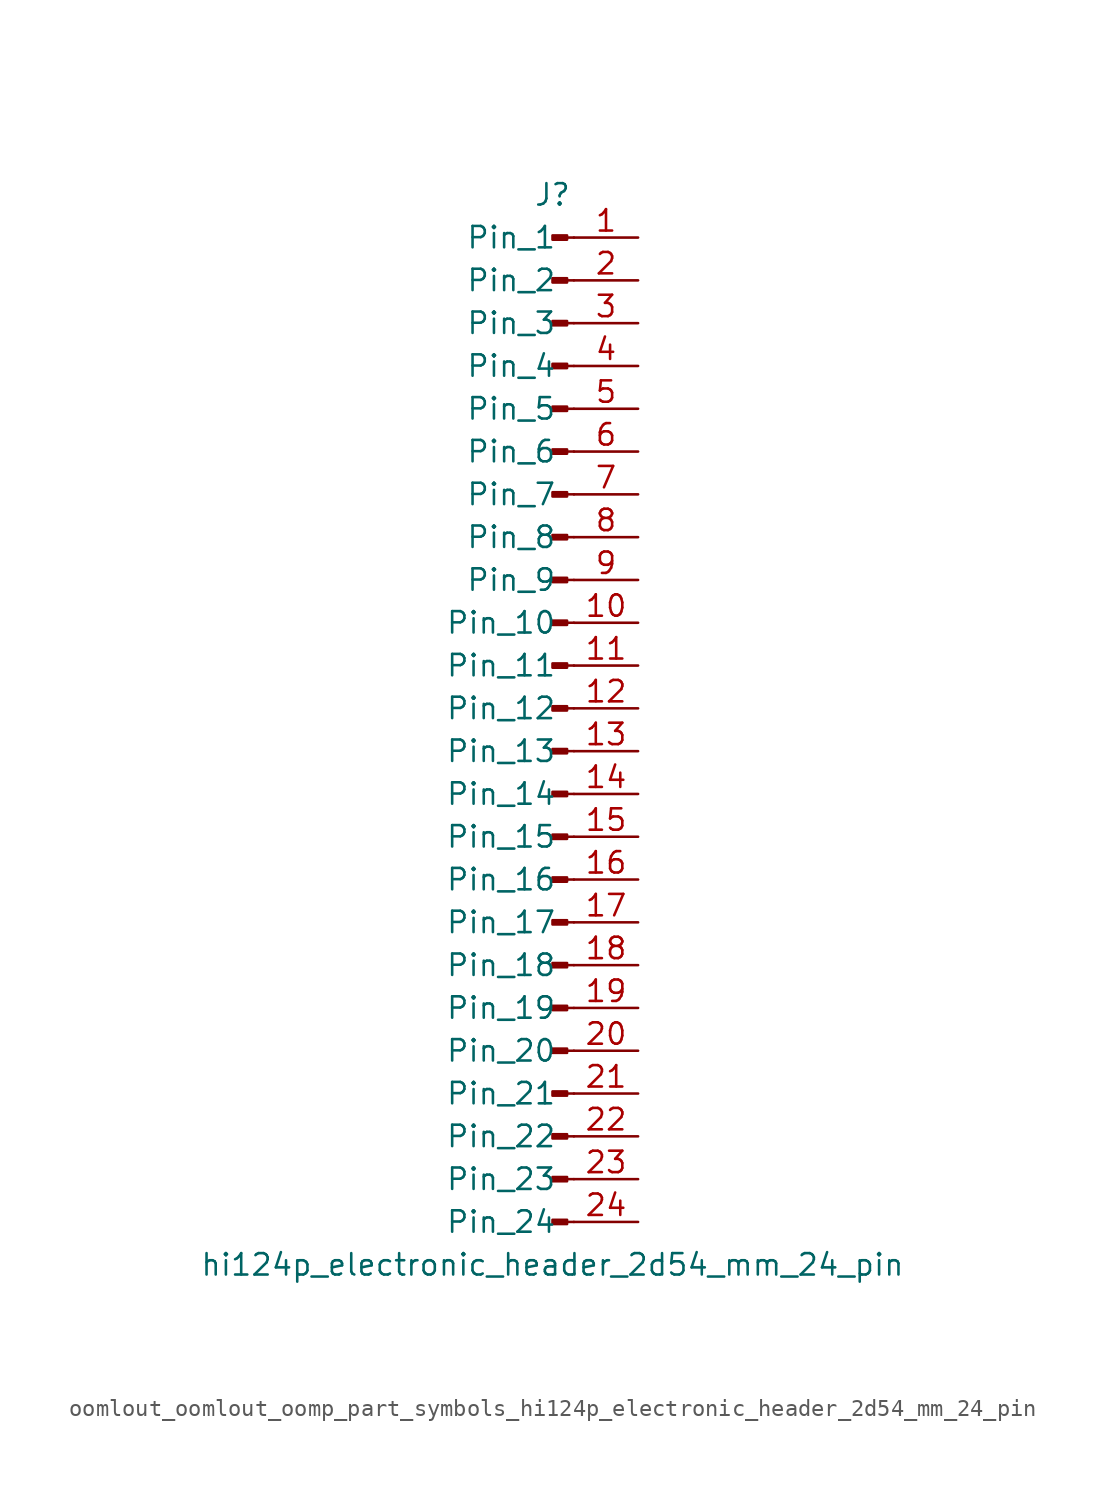
<source format=kicad_sym>
(kicad_symbol_lib
  (version 20220914)
  (generator kicad_symbol_editor)
  (symbol "oomlout_oomlout_oomp_part_symbols_hi124p_electronic_header_2d54_mm_24_pin"
    (pin_names
      (offset 1.016))
    (property "Reference" "J"
      (at 0 30.48 0)
      (effects (font (size 1.27 1.27))))
    (property "Value" "hi124p_electronic_header_2d54_mm_24_pin"
      (at 0 -33.02 0)
      (effects (font (size 1.27 1.27))))
    (property "ki_locked" ""
      (at 0 0 0)
      (effects (font (size 1.27 1.27))))
    (symbol "oomlout_oomlout_oomp_part_symbols_hi124p_electronic_header_2d54_mm_24_pin_1_1"
      (polyline (pts (xy 1.27 -30.48) (xy 0.864 -30.48)) (stroke (width 0.152) (type default)) (fill (type none)))
      (polyline (pts (xy 1.27 -27.94) (xy 0.864 -27.94)) (stroke (width 0.152) (type default)) (fill (type none)))
      (polyline (pts (xy 1.27 -25.4) (xy 0.864 -25.4)) (stroke (width 0.152) (type default)) (fill (type none)))
      (polyline (pts (xy 1.27 -22.86) (xy 0.864 -22.86)) (stroke (width 0.152) (type default)) (fill (type none)))
      (polyline (pts (xy 1.27 -20.32) (xy 0.864 -20.32)) (stroke (width 0.152) (type default)) (fill (type none)))
      (polyline (pts (xy 1.27 -17.78) (xy 0.864 -17.78)) (stroke (width 0.152) (type default)) (fill (type none)))
      (polyline (pts (xy 1.27 -15.24) (xy 0.864 -15.24)) (stroke (width 0.152) (type default)) (fill (type none)))
      (polyline (pts (xy 1.27 -12.7) (xy 0.864 -12.7)) (stroke (width 0.152) (type default)) (fill (type none)))
      (polyline (pts (xy 1.27 -10.16) (xy 0.864 -10.16)) (stroke (width 0.152) (type default)) (fill (type none)))
      (polyline (pts (xy 1.27 -7.62) (xy 0.864 -7.62)) (stroke (width 0.152) (type default)) (fill (type none)))
      (polyline (pts (xy 1.27 -5.08) (xy 0.864 -5.08)) (stroke (width 0.152) (type default)) (fill (type none)))
      (polyline (pts (xy 1.27 -2.54) (xy 0.864 -2.54)) (stroke (width 0.152) (type default)) (fill (type none)))
      (polyline (pts (xy 1.27 0) (xy 0.864 0)) (stroke (width 0.152) (type default)) (fill (type none)))
      (polyline (pts (xy 1.27 2.54) (xy 0.864 2.54)) (stroke (width 0.152) (type default)) (fill (type none)))
      (polyline (pts (xy 1.27 5.08) (xy 0.864 5.08)) (stroke (width 0.152) (type default)) (fill (type none)))
      (polyline (pts (xy 1.27 7.62) (xy 0.864 7.62)) (stroke (width 0.152) (type default)) (fill (type none)))
      (polyline (pts (xy 1.27 10.16) (xy 0.864 10.16)) (stroke (width 0.152) (type default)) (fill (type none)))
      (polyline (pts (xy 1.27 12.7) (xy 0.864 12.7)) (stroke (width 0.152) (type default)) (fill (type none)))
      (polyline (pts (xy 1.27 15.24) (xy 0.864 15.24)) (stroke (width 0.152) (type default)) (fill (type none)))
      (polyline (pts (xy 1.27 17.78) (xy 0.864 17.78)) (stroke (width 0.152) (type default)) (fill (type none)))
      (polyline (pts (xy 1.27 20.32) (xy 0.864 20.32)) (stroke (width 0.152) (type default)) (fill (type none)))
      (polyline (pts (xy 1.27 22.86) (xy 0.864 22.86)) (stroke (width 0.152) (type default)) (fill (type none)))
      (polyline (pts (xy 1.27 25.4) (xy 0.864 25.4)) (stroke (width 0.152) (type default)) (fill (type none)))
      (polyline (pts (xy 1.27 27.94) (xy 0.864 27.94)) (stroke (width 0.152) (type default)) (fill (type none)))
      (rectangle (start 0.864 -30.353) (end 0 -30.607) (stroke (width 0.152) (type default)) (fill (type outline)))
      (rectangle (start 0.864 -27.813) (end 0 -28.067) (stroke (width 0.152) (type default)) (fill (type outline)))
      (rectangle (start 0.864 -25.273) (end 0 -25.527) (stroke (width 0.152) (type default)) (fill (type outline)))
      (rectangle (start 0.864 -22.733) (end 0 -22.987) (stroke (width 0.152) (type default)) (fill (type outline)))
      (rectangle (start 0.864 -20.193) (end 0 -20.447) (stroke (width 0.152) (type default)) (fill (type outline)))
      (rectangle (start 0.864 -17.653) (end 0 -17.907) (stroke (width 0.152) (type default)) (fill (type outline)))
      (rectangle (start 0.864 -15.113) (end 0 -15.367) (stroke (width 0.152) (type default)) (fill (type outline)))
      (rectangle (start 0.864 -12.573) (end 0 -12.827) (stroke (width 0.152) (type default)) (fill (type outline)))
      (rectangle (start 0.864 -10.033) (end 0 -10.287) (stroke (width 0.152) (type default)) (fill (type outline)))
      (rectangle (start 0.864 -7.493) (end 0 -7.747) (stroke (width 0.152) (type default)) (fill (type outline)))
      (rectangle (start 0.864 -4.953) (end 0 -5.207) (stroke (width 0.152) (type default)) (fill (type outline)))
      (rectangle (start 0.864 -2.413) (end 0 -2.667) (stroke (width 0.152) (type default)) (fill (type outline)))
      (rectangle (start 0.864 0.127) (end 0 -0.127) (stroke (width 0.152) (type default)) (fill (type outline)))
      (rectangle (start 0.864 2.667) (end 0 2.413) (stroke (width 0.152) (type default)) (fill (type outline)))
      (rectangle (start 0.864 5.207) (end 0 4.953) (stroke (width 0.152) (type default)) (fill (type outline)))
      (rectangle (start 0.864 7.747) (end 0 7.493) (stroke (width 0.152) (type default)) (fill (type outline)))
      (rectangle (start 0.864 10.287) (end 0 10.033) (stroke (width 0.152) (type default)) (fill (type outline)))
      (rectangle (start 0.864 12.827) (end 0 12.573) (stroke (width 0.152) (type default)) (fill (type outline)))
      (rectangle (start 0.864 15.367) (end 0 15.113) (stroke (width 0.152) (type default)) (fill (type outline)))
      (rectangle (start 0.864 17.907) (end 0 17.653) (stroke (width 0.152) (type default)) (fill (type outline)))
      (rectangle (start 0.864 20.447) (end 0 20.193) (stroke (width 0.152) (type default)) (fill (type outline)))
      (rectangle (start 0.864 22.987) (end 0 22.733) (stroke (width 0.152) (type default)) (fill (type outline)))
      (rectangle (start 0.864 25.527) (end 0 25.273) (stroke (width 0.152) (type default)) (fill (type outline)))
      (rectangle (start 0.864 28.067) (end 0 27.813) (stroke (width 0.152) (type default)) (fill (type outline)))
      (pin passive line (at 5.08 27.94 180) (length 3.81) (name "Pin_1" (effects (font (size 1.27 1.27)))) (number "1" (effects (font (size 1.27 1.27)))))
      (pin passive line (at 5.08 5.08 180) (length 3.81) (name "Pin_10" (effects (font (size 1.27 1.27)))) (number "10" (effects (font (size 1.27 1.27)))))
      (pin passive line (at 5.08 2.54 180) (length 3.81) (name "Pin_11" (effects (font (size 1.27 1.27)))) (number "11" (effects (font (size 1.27 1.27)))))
      (pin passive line (at 5.08 0 180) (length 3.81) (name "Pin_12" (effects (font (size 1.27 1.27)))) (number "12" (effects (font (size 1.27 1.27)))))
      (pin passive line (at 5.08 -2.54 180) (length 3.81) (name "Pin_13" (effects (font (size 1.27 1.27)))) (number "13" (effects (font (size 1.27 1.27)))))
      (pin passive line (at 5.08 -5.08 180) (length 3.81) (name "Pin_14" (effects (font (size 1.27 1.27)))) (number "14" (effects (font (size 1.27 1.27)))))
      (pin passive line (at 5.08 -7.62 180) (length 3.81) (name "Pin_15" (effects (font (size 1.27 1.27)))) (number "15" (effects (font (size 1.27 1.27)))))
      (pin passive line (at 5.08 -10.16 180) (length 3.81) (name "Pin_16" (effects (font (size 1.27 1.27)))) (number "16" (effects (font (size 1.27 1.27)))))
      (pin passive line (at 5.08 -12.7 180) (length 3.81) (name "Pin_17" (effects (font (size 1.27 1.27)))) (number "17" (effects (font (size 1.27 1.27)))))
      (pin passive line (at 5.08 -15.24 180) (length 3.81) (name "Pin_18" (effects (font (size 1.27 1.27)))) (number "18" (effects (font (size 1.27 1.27)))))
      (pin passive line (at 5.08 -17.78 180) (length 3.81) (name "Pin_19" (effects (font (size 1.27 1.27)))) (number "19" (effects (font (size 1.27 1.27)))))
      (pin passive line (at 5.08 25.4 180) (length 3.81) (name "Pin_2" (effects (font (size 1.27 1.27)))) (number "2" (effects (font (size 1.27 1.27)))))
      (pin passive line (at 5.08 -20.32 180) (length 3.81) (name "Pin_20" (effects (font (size 1.27 1.27)))) (number "20" (effects (font (size 1.27 1.27)))))
      (pin passive line (at 5.08 -22.86 180) (length 3.81) (name "Pin_21" (effects (font (size 1.27 1.27)))) (number "21" (effects (font (size 1.27 1.27)))))
      (pin passive line (at 5.08 -25.4 180) (length 3.81) (name "Pin_22" (effects (font (size 1.27 1.27)))) (number "22" (effects (font (size 1.27 1.27)))))
      (pin passive line (at 5.08 -27.94 180) (length 3.81) (name "Pin_23" (effects (font (size 1.27 1.27)))) (number "23" (effects (font (size 1.27 1.27)))))
      (pin passive line (at 5.08 -30.48 180) (length 3.81) (name "Pin_24" (effects (font (size 1.27 1.27)))) (number "24" (effects (font (size 1.27 1.27)))))
      (pin passive line (at 5.08 22.86 180) (length 3.81) (name "Pin_3" (effects (font (size 1.27 1.27)))) (number "3" (effects (font (size 1.27 1.27)))))
      (pin passive line (at 5.08 20.32 180) (length 3.81) (name "Pin_4" (effects (font (size 1.27 1.27)))) (number "4" (effects (font (size 1.27 1.27)))))
      (pin passive line (at 5.08 17.78 180) (length 3.81) (name "Pin_5" (effects (font (size 1.27 1.27)))) (number "5" (effects (font (size 1.27 1.27)))))
      (pin passive line (at 5.08 15.24 180) (length 3.81) (name "Pin_6" (effects (font (size 1.27 1.27)))) (number "6" (effects (font (size 1.27 1.27)))))
      (pin passive line (at 5.08 12.7 180) (length 3.81) (name "Pin_7" (effects (font (size 1.27 1.27)))) (number "7" (effects (font (size 1.27 1.27)))))
      (pin passive line (at 5.08 10.16 180) (length 3.81) (name "Pin_8" (effects (font (size 1.27 1.27)))) (number "8" (effects (font (size 1.27 1.27)))))
      (pin passive line (at 5.08 7.62 180) (length 3.81) (name "Pin_9" (effects (font (size 1.27 1.27)))) (number "9" (effects (font (size 1.27 1.27))))))))
</source>
